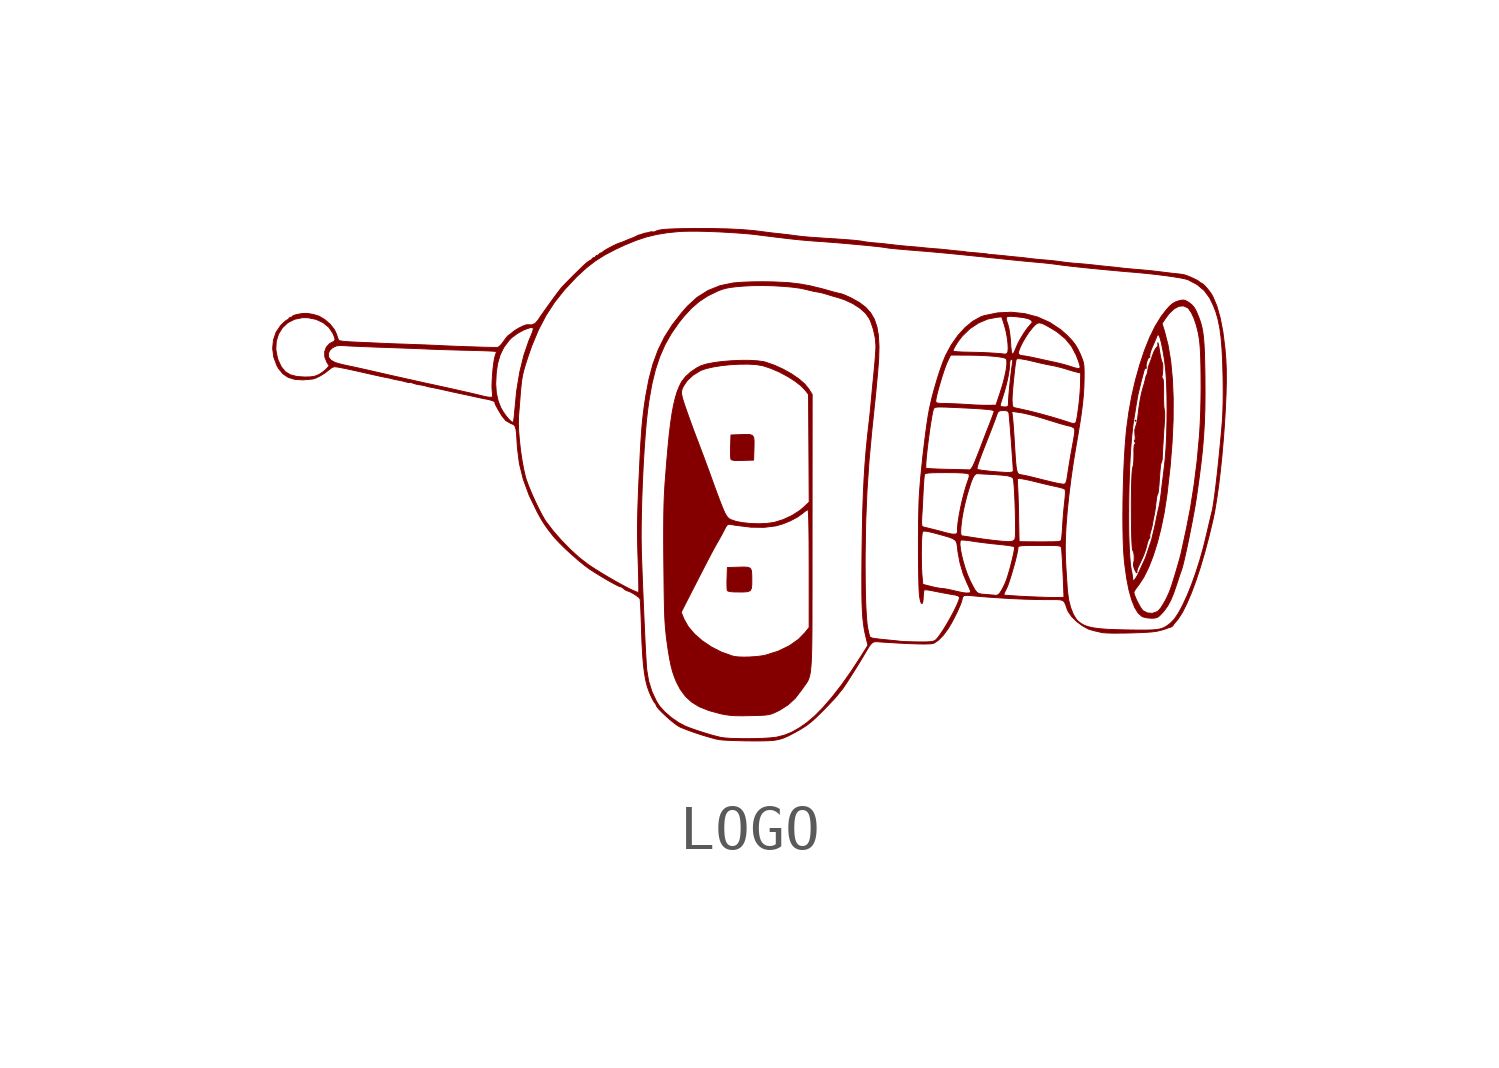
<source format=kicad_sym>
(kicad_symbol_lib
  (version 20220914)
  (generator bitmap2component)
  (symbol "LOGO"
    (pin_names
      (offset 1.016))
    (property "Reference" "#G"
      (at 0 5.836 0)
      (effects (font (size 1.27 1.27)) hide))
    (symbol "LOGO_0_0"
      (polyline (pts (xy 0.412 -6.166) (xy 0.542 -6.157) (xy 0.651 -6.139) (xy 0.751 -6.11) (xy 0.853 -6.067) (xy 0.967 -6.009) (xy 1.105 -5.933) (xy 1.16 -5.901) (xy 1.276 -5.827) (xy 1.385 -5.744) (xy 1.501 -5.64) (xy 1.637 -5.506) (xy 1.675 -5.468) (xy 1.779 -5.36) (xy 1.872 -5.262) (xy 1.944 -5.183) (xy 1.987 -5.132) (xy 2 -5.115) (xy 2.05 -5.052) (xy 2.086 -5.009) (xy 2.111 -4.976) (xy 2.159 -4.904) (xy 2.225 -4.803) (xy 2.301 -4.684) (xy 2.383 -4.554) (xy 2.464 -4.424) (xy 2.538 -4.302) (xy 2.6 -4.197) (xy 2.626 -4.153) (xy 2.688 -4.051) (xy 2.736 -3.987) (xy 2.777 -3.952) (xy 2.821 -3.938) (xy 2.876 -3.938) (xy 3.042 -3.95) (xy 3.344 -3.968) (xy 3.601 -3.981) (xy 3.811 -3.988) (xy 3.972 -3.989) (xy 4.083 -3.985) (xy 4.142 -3.974) (xy 4.156 -3.968) (xy 4.253 -3.901) (xy 4.359 -3.793) (xy 4.463 -3.652) (xy 4.477 -3.63) (xy 4.544 -3.518) (xy 4.612 -3.39) (xy 4.677 -3.259) (xy 4.731 -3.138) (xy 4.769 -3.039) (xy 4.785 -2.974) (xy 4.795 -2.931) (xy 4.836 -2.898) (xy 4.916 -2.895) (xy 4.941 -2.898) (xy 5.232 -2.924) (xy 5.549 -2.947) (xy 5.875 -2.967) (xy 6.196 -2.981) (xy 6.496 -2.989) (xy 6.757 -2.991) (xy 6.803 -2.991) (xy 6.923 -2.991) (xy 7.003 -2.997) (xy 7.055 -3.016) (xy 7.089 -3.053) (xy 7.116 -3.115) (xy 7.147 -3.207) (xy 7.17 -3.259) (xy 7.249 -3.372) (xy 7.361 -3.483) (xy 7.491 -3.58) (xy 7.627 -3.654) (xy 7.755 -3.692) (xy 7.829 -3.707) (xy 7.914 -3.729) (xy 7.941 -3.734) (xy 8.025 -3.74) (xy 8.145 -3.744) (xy 8.291 -3.744) (xy 8.454 -3.743) (xy 8.622 -3.739) (xy 8.786 -3.733) (xy 8.934 -3.726) (xy 9.056 -3.717) (xy 9.142 -3.706) (xy 9.183 -3.698) (xy 9.281 -3.674) (xy 9.357 -3.65) (xy 9.425 -3.624) (xy 9.477 -3.609) (xy 9.495 -3.603) (xy 9.526 -3.575) (xy 9.527 -3.572) (xy 9.553 -3.533) (xy 9.599 -3.479) (xy 9.647 -3.421) (xy 9.741 -3.274) (xy 9.838 -3.08) (xy 9.939 -2.844) (xy 10.041 -2.57) (xy 10.143 -2.262) (xy 10.242 -1.925) (xy 10.338 -1.564) (xy 10.429 -1.181) (xy 10.465 -1.005) (xy 10.509 -0.74) (xy 10.552 -0.439) (xy 10.591 -0.111) (xy 10.627 0.235) (xy 10.658 0.59) (xy 10.685 0.946) (xy 10.705 1.292) (xy 10.72 1.622) (xy 10.727 1.925) (xy 10.726 2.193) (xy 10.716 2.417) (xy 10.695 2.67) (xy 10.649 3.034) (xy 10.588 3.349) (xy 10.513 3.614) (xy 10.423 3.827) (xy 10.377 3.904) (xy 10.315 3.987) (xy 10.25 4.061) (xy 10.192 4.114) (xy 10.152 4.135) (xy 10.143 4.136) (xy 10.122 4.155) (xy 10.114 4.165) (xy 10.069 4.193) (xy 9.998 4.229) (xy 9.915 4.266) (xy 9.836 4.298) (xy 9.775 4.318) (xy 9.767 4.319) (xy 9.706 4.329) (xy 9.626 4.338) (xy 9.618 4.339) (xy 9.518 4.349) (xy 9.424 4.36) (xy 9.402 4.363) (xy 9.24 4.383) (xy 9.113 4.398) (xy 9.005 4.41) (xy 8.9 4.42) (xy 8.781 4.431) (xy 8.632 4.443) (xy 8.566 4.449) (xy 8.448 4.46) (xy 8.35 4.471) (xy 8.307 4.476) (xy 8.194 4.489) (xy 8.082 4.5) (xy 8.028 4.505) (xy 7.923 4.516) (xy 7.84 4.525) (xy 7.758 4.535) (xy 7.6 4.551) (xy 7.435 4.566) (xy 7.29 4.577) (xy 7.257 4.58) (xy 7.14 4.592) (xy 7.035 4.606) (xy 6.968 4.615) (xy 6.85 4.63) (xy 6.72 4.643) (xy 6.555 4.657) (xy 6.477 4.664) (xy 6.363 4.676) (xy 6.274 4.687) (xy 6.243 4.691) (xy 6.136 4.704) (xy 6.028 4.714) (xy 5.995 4.717) (xy 5.878 4.728) (xy 5.773 4.74) (xy 5.73 4.745) (xy 5.616 4.756) (xy 5.504 4.766) (xy 5.443 4.77) (xy 5.381 4.777) (xy 5.357 4.781) (xy 5.354 4.783) (xy 5.327 4.788) (xy 5.264 4.794) (xy 5.159 4.804) (xy 5.008 4.817) (xy 4.934 4.823) (xy 4.871 4.83) (xy 4.846 4.835) (xy 4.846 4.836) (xy 4.815 4.841) (xy 4.752 4.846) (xy 4.694 4.851) (xy 4.592 4.861) (xy 4.484 4.873) (xy 4.401 4.882) (xy 4.28 4.894) (xy 4.181 4.901) (xy 4.144 4.904) (xy 4.026 4.914) (xy 3.913 4.925) (xy 3.843 4.933) (xy 3.718 4.944) (xy 3.598 4.954) (xy 3.518 4.961) (xy 3.388 4.973) (xy 3.276 4.985) (xy 3.22 4.992) (xy 3.121 5.003) (xy 3.047 5.012) (xy 3.002 5.017) (xy 2.909 5.026) (xy 2.806 5.034) (xy 2.734 5.041) (xy 2.641 5.052) (xy 2.578 5.062) (xy 2.531 5.071) (xy 2.438 5.083) (xy 2.31 5.096) (xy 2.141 5.109) (xy 1.927 5.124) (xy 1.665 5.14) (xy 1.643 5.142) (xy 1.394 5.159) (xy 1.195 5.176) (xy 1.047 5.194) (xy 1.002 5.2) (xy 0.867 5.218) (xy 0.717 5.235) (xy 0.577 5.25) (xy 0.537 5.254) (xy 0.439 5.266) (xy 0.362 5.276) (xy 0.342 5.279) (xy 0.096 5.31) (xy -0.176 5.333) (xy -0.483 5.348) (xy -0.829 5.356) (xy -1.222 5.357) (xy -1.277 5.356) (xy -1.505 5.354) (xy -1.687 5.349) (xy -1.829 5.343) (xy -1.937 5.335) (xy -2.017 5.323) (xy -2.076 5.308) (xy -2.12 5.29) (xy -2.15 5.278) (xy -2.184 5.28) (xy -2.201 5.285) (xy -2.248 5.275) (xy -2.277 5.264) (xy -2.315 5.258) (xy -2.349 5.253) (xy -2.409 5.234) (xy -2.41 5.233) (xy -2.462 5.215) (xy -2.484 5.212) (xy -2.503 5.205) (xy -2.551 5.181) (xy -2.603 5.155) (xy -2.645 5.139) (xy -2.655 5.136) (xy -2.707 5.116) (xy -2.779 5.086) (xy -2.806 5.074) (xy -2.875 5.046) (xy -2.916 5.032) (xy -2.928 5.029) (xy -2.984 5.007) (xy -3.062 4.97) (xy -3.146 4.926) (xy -3.224 4.883) (xy -3.28 4.848) (xy -3.303 4.828) (xy -3.307 4.818) (xy -3.343 4.806) (xy -3.361 4.803) (xy -3.383 4.779) (xy -3.388 4.767) (xy -3.423 4.753) (xy -3.442 4.749) (xy -3.464 4.726) (xy -3.468 4.713) (xy -3.504 4.699) (xy -3.522 4.696) (xy -3.544 4.672) (xy -3.545 4.665) (xy -3.571 4.645) (xy -3.579 4.643) (xy -3.622 4.617) (xy -3.68 4.571) (xy -3.705 4.548) (xy -3.772 4.485) (xy -3.858 4.401) (xy -3.953 4.308) (xy -4.047 4.213) (xy -4.131 4.128) (xy -4.196 4.06) (xy -4.232 4.021) (xy -4.237 4.014) (xy -4.295 3.94) (xy -4.371 3.838) (xy -4.458 3.719) (xy -4.546 3.597) (xy -4.628 3.482) (xy -4.695 3.386) (xy -4.738 3.322) (xy -4.756 3.295) (xy -4.822 3.22) (xy -4.898 3.189) (xy -5 3.192) (xy -5.035 3.186) (xy -5.106 3.158) (xy -5.189 3.116) (xy -5.27 3.068) (xy -5.329 3.023) (xy -5.343 3.011) (xy -5.393 2.97) (xy -5.421 2.954) (xy -5.438 2.939) (xy -5.478 2.89) (xy -5.529 2.819) (xy -5.573 2.76) (xy -5.626 2.705) (xy -5.663 2.682) (xy -5.665 2.682) (xy -5.721 2.682) (xy -5.822 2.683) (xy -5.957 2.686) (xy -6.118 2.691) (xy -6.295 2.697) (xy -6.479 2.703) (xy -6.66 2.71) (xy -6.831 2.717) (xy -6.981 2.725) (xy -7.024 2.727) (xy -7.151 2.732) (xy -7.309 2.739) (xy -7.481 2.745) (xy -7.652 2.751) (xy -7.716 2.754) (xy -7.899 2.76) (xy -8.081 2.767) (xy -8.247 2.774) (xy -8.377 2.78) (xy -8.425 2.782) (xy -8.597 2.79) (xy -8.778 2.798) (xy -8.939 2.805) (xy -9.025 2.81) (xy -9.129 2.819) (xy -9.204 2.829) (xy -9.236 2.838) (xy -9.242 2.847) (xy -9.263 2.898) (xy -9.286 2.973) (xy -9.336 3.081) (xy -9.43 3.201) (xy -9.55 3.306) (xy -9.683 3.385) (xy -9.814 3.425) (xy -9.86 3.432) (xy -9.936 3.445) (xy -9.959 3.448) (xy -10.032 3.446) (xy -10.117 3.435) (xy -10.198 3.418) (xy -10.259 3.398) (xy -10.284 3.38) (xy -10.288 3.369) (xy -10.324 3.356) (xy -10.342 3.353) (xy -10.364 3.329) (xy -10.365 3.321) (xy -10.394 3.303) (xy -10.42 3.289) (xy -10.473 3.245) (xy -10.537 3.182) (xy -10.546 3.172) (xy -10.647 3.023) (xy -10.707 2.848) (xy -10.725 2.659) (xy -10.722 2.636) (xy -10.654 2.636) (xy -10.645 2.817) (xy -10.594 2.983) (xy -10.506 3.125) (xy -10.384 3.239) (xy -10.232 3.316) (xy -10.053 3.352) (xy -9.926 3.35) (xy -9.746 3.313) (xy -9.586 3.238) (xy -9.457 3.131) (xy -9.368 2.996) (xy -9.366 2.992) (xy -9.331 2.906) (xy -9.322 2.853) (xy -9.344 2.82) (xy -9.396 2.793) (xy -9.444 2.767) (xy -9.518 2.687) (xy -9.555 2.583) (xy -9.554 2.54) (xy -9.473 2.54) (xy -9.446 2.61) (xy -9.379 2.676) (xy -9.287 2.718) (xy -9.186 2.726) (xy -9.177 2.725) (xy -9.112 2.721) (xy -9.003 2.715) (xy -8.858 2.708) (xy -8.685 2.701) (xy -8.491 2.693) (xy -8.283 2.685) (xy -8.267 2.685) (xy -8.044 2.677) (xy -7.822 2.669) (xy -7.612 2.661) (xy -7.424 2.654) (xy -7.268 2.647) (xy -7.155 2.642) (xy -7.029 2.637) (xy -6.86 2.632) (xy -6.668 2.626) (xy -6.466 2.62) (xy -6.271 2.616) (xy -6.219 2.614) (xy -6.055 2.61) (xy -5.913 2.605) (xy -5.801 2.6) (xy -5.726 2.595) (xy -5.696 2.591) (xy -5.696 2.564) (xy -5.714 2.511) (xy -5.716 2.507) (xy -5.734 2.437) (xy -5.753 2.328) (xy -5.769 2.196) (xy -5.781 2.052) (xy -5.789 1.913) (xy -5.79 1.864) (xy -5.708 1.864) (xy -5.696 2.104) (xy -5.667 2.31) (xy -5.61 2.512) (xy -5.524 2.687) (xy -5.403 2.847) (xy -5.347 2.903) (xy -5.217 2.999) (xy -5.072 3.078) (xy -4.934 3.126) (xy -4.906 3.131) (xy -4.871 3.125) (xy -4.862 3.094) (xy -4.88 3.029) (xy -4.923 2.923) (xy -4.959 2.839) (xy -5.075 2.501) (xy -5.168 2.12) (xy -5.237 1.699) (xy -5.281 1.242) (xy -5.286 1.182) (xy -5.296 1.085) (xy -5.308 1.018) (xy -5.319 0.994) (xy -5.322 0.994) (xy -5.363 1.018) (xy -5.421 1.076) (xy -5.486 1.155) (xy -5.547 1.244) (xy -5.595 1.329) (xy -5.653 1.478) (xy -5.694 1.659) (xy -5.708 1.864) (xy -5.79 1.864) (xy -5.792 1.79) (xy -5.787 1.7) (xy -5.779 1.627) (xy -5.779 1.58) (xy -5.796 1.562) (xy -5.831 1.56) (xy -5.894 1.567) (xy -5.974 1.583) (xy -6.021 1.595) (xy -6.132 1.622) (xy -6.277 1.656) (xy -6.445 1.694) (xy -6.626 1.735) (xy -6.809 1.776) (xy -6.981 1.813) (xy -7.108 1.841) (xy -7.271 1.876) (xy -7.424 1.91) (xy -7.545 1.937) (xy -7.571 1.943) (xy -7.695 1.97) (xy -7.809 1.996) (xy -7.894 2.015) (xy -7.938 2.024) (xy -8.04 2.047) (xy -8.165 2.076) (xy -8.297 2.106) (xy -8.563 2.167) (xy -8.855 2.232) (xy -9.16 2.297) (xy -9.169 2.299) (xy -9.316 2.341) (xy -9.413 2.393) (xy -9.464 2.458) (xy -9.473 2.54) (xy -9.554 2.54) (xy -9.552 2.467) (xy -9.506 2.351) (xy -9.453 2.266) (xy -9.521 2.194) (xy -9.533 2.181) (xy -9.608 2.12) (xy -9.693 2.067) (xy -9.699 2.065) (xy -9.779 2.034) (xy -9.876 2.019) (xy -10.007 2.016) (xy -10.181 2.028) (xy -10.329 2.067) (xy -10.444 2.138) (xy -10.532 2.247) (xy -10.602 2.397) (xy -10.618 2.445) (xy -10.654 2.636) (xy -10.722 2.636) (xy -10.7 2.466) (xy -10.632 2.28) (xy -10.591 2.207) (xy -10.494 2.089) (xy -10.376 2.009) (xy -10.229 1.964) (xy -10.048 1.952) (xy -9.827 1.971) (xy -9.755 1.993) (xy -9.653 2.043) (xy -9.546 2.111) (xy -9.449 2.186) (xy -9.394 2.229) (xy -9.339 2.248) (xy -9.267 2.241) (xy -9.259 2.24) (xy -9.178 2.224) (xy -9.116 2.213) (xy -9.093 2.208) (xy -9.021 2.193) (xy -8.914 2.169) (xy -8.781 2.14) (xy -8.632 2.106) (xy -8.536 2.084) (xy -8.396 2.053) (xy -8.277 2.027) (xy -8.19 2.009) (xy -8.145 2) (xy -8.107 1.994) (xy -8.034 1.975) (xy -7.981 1.962) (xy -7.903 1.947) (xy -7.822 1.931) (xy -7.734 1.908) (xy -7.722 1.905) (xy -7.661 1.891) (xy -7.63 1.893) (xy -7.615 1.895) (xy -7.571 1.879) (xy -7.56 1.874) (xy -7.494 1.855) (xy -7.411 1.84) (xy -7.384 1.836) (xy -7.315 1.824) (xy -7.277 1.813) (xy -7.276 1.812) (xy -7.233 1.799) (xy -7.166 1.786) (xy -7.121 1.778) (xy -7.028 1.759) (xy -6.909 1.733) (xy -6.78 1.704) (xy -6.678 1.681) (xy -6.562 1.656) (xy -6.47 1.636) (xy -6.417 1.625) (xy -6.358 1.613) (xy -6.266 1.593) (xy -6.162 1.57) (xy -6.059 1.547) (xy -5.967 1.528) (xy -5.907 1.518) (xy -5.878 1.512) (xy -5.818 1.496) (xy -5.762 1.476) (xy -5.726 1.46) (xy -5.725 1.452) (xy -5.725 1.452) (xy -5.726 1.429) (xy -5.697 1.365) (xy -5.642 1.266) (xy -5.562 1.134) (xy -5.561 1.133) (xy -5.481 1.036) (xy -5.381 0.979) (xy -5.198 0.979) (xy -5.194 1.128) (xy -5.193 1.147) (xy -5.186 1.233) (xy -5.176 1.355) (xy -5.165 1.499) (xy -5.153 1.651) (xy -5.14 1.796) (xy -5.125 1.93) (xy -5.106 2.046) (xy -5.079 2.161) (xy -5.041 2.292) (xy -4.988 2.457) (xy -4.897 2.718) (xy -4.747 3.077) (xy -4.578 3.4) (xy -4.384 3.699) (xy -4.158 3.983) (xy -3.895 4.263) (xy -3.862 4.295) (xy -3.662 4.478) (xy -3.467 4.628) (xy -3.259 4.76) (xy -3.021 4.885) (xy -2.798 4.989) (xy -2.551 5.09) (xy -2.319 5.167) (xy -2.088 5.223) (xy -1.843 5.263) (xy -1.567 5.29) (xy -1.505 5.293) (xy -1.34 5.297) (xy -1.137 5.296) (xy -0.908 5.29) (xy -0.665 5.28) (xy -0.419 5.266) (xy -0.181 5.25) (xy 0.039 5.231) (xy 0.228 5.209) (xy 0.439 5.182) (xy 0.708 5.149) (xy 0.938 5.122) (xy 1.14 5.101) (xy 1.321 5.085) (xy 1.49 5.072) (xy 1.64 5.062) (xy 1.833 5.047) (xy 2.035 5.031) (xy 2.241 5.013) (xy 2.44 4.995) (xy 2.626 4.978) (xy 2.791 4.961) (xy 2.925 4.946) (xy 3.023 4.934) (xy 3.074 4.926) (xy 3.118 4.918) (xy 3.205 4.908) (xy 3.32 4.897) (xy 3.45 4.886) (xy 3.465 4.884) (xy 3.724 4.863) (xy 3.946 4.845) (xy 4.142 4.828) (xy 4.327 4.811) (xy 4.513 4.794) (xy 4.713 4.774) (xy 4.941 4.751) (xy 5.209 4.723) (xy 5.438 4.7) (xy 5.683 4.674) (xy 5.887 4.653) (xy 6.056 4.636) (xy 6.198 4.622) (xy 6.319 4.611) (xy 6.425 4.601) (xy 6.524 4.592) (xy 6.594 4.586) (xy 6.739 4.571) (xy 6.876 4.554) (xy 6.981 4.54) (xy 6.992 4.538) (xy 7.086 4.526) (xy 7.224 4.51) (xy 7.395 4.491) (xy 7.591 4.47) (xy 7.804 4.449) (xy 8.023 4.428) (xy 8.24 4.408) (xy 8.446 4.389) (xy 8.632 4.374) (xy 8.745 4.364) (xy 8.955 4.344) (xy 9.163 4.321) (xy 9.36 4.296) (xy 9.537 4.271) (xy 9.685 4.247) (xy 9.798 4.224) (xy 9.865 4.205) (xy 10.067 4.098) (xy 10.23 3.963) (xy 10.348 3.803) (xy 10.364 3.773) (xy 10.435 3.626) (xy 10.494 3.474) (xy 10.541 3.308) (xy 10.579 3.124) (xy 10.607 2.913) (xy 10.628 2.669) (xy 10.643 2.385) (xy 10.652 2.054) (xy 10.655 1.899) (xy 10.656 1.644) (xy 10.654 1.422) (xy 10.648 1.22) (xy 10.637 1.023) (xy 10.62 0.819) (xy 10.605 0.654) (xy 10.577 0.363) (xy 10.549 0.084) (xy 10.521 -0.177) (xy 10.493 -0.415) (xy 10.467 -0.624) (xy 10.443 -0.797) (xy 10.422 -0.928) (xy 10.405 -1.012) (xy 10.403 -1.019) (xy 10.38 -1.11) (xy 10.35 -1.236) (xy 10.316 -1.381) (xy 10.281 -1.53) (xy 10.213 -1.81) (xy 10.13 -2.105) (xy 10.039 -2.389) (xy 9.944 -2.655) (xy 9.846 -2.898) (xy 9.748 -3.111) (xy 9.653 -3.288) (xy 9.562 -3.425) (xy 9.477 -3.514) (xy 9.423 -3.557) (xy 9.365 -3.598) (xy 9.305 -3.628) (xy 9.238 -3.65) (xy 9.155 -3.665) (xy 9.048 -3.673) (xy 8.911 -3.676) (xy 8.735 -3.676) (xy 8.513 -3.673) (xy 8.301 -3.668) (xy 8.077 -3.66) (xy 7.895 -3.647) (xy 7.749 -3.628) (xy 7.632 -3.603) (xy 7.538 -3.571) (xy 7.461 -3.529) (xy 7.393 -3.477) (xy 7.356 -3.438) (xy 7.284 -3.322) (xy 7.224 -3.17) (xy 7.179 -2.993) (xy 7.154 -2.802) (xy 7.146 -2.691) (xy 7.131 -2.463) (xy 7.119 -2.276) (xy 7.111 -2.122) (xy 7.106 -1.991) (xy 7.104 -1.875) (xy 7.104 -1.764) (xy 7.106 -1.651) (xy 7.107 -1.619) (xy 7.122 -1.328) (xy 7.148 -0.999) (xy 7.185 -0.644) (xy 7.231 -0.277) (xy 7.284 0.091) (xy 7.343 0.447) (xy 7.385 0.692) (xy 7.431 0.97) (xy 7.467 1.21) (xy 7.493 1.419) (xy 7.511 1.607) (xy 7.522 1.78) (xy 7.527 1.947) (xy 7.528 2.016) (xy 7.528 2.147) (xy 7.525 2.243) (xy 7.517 2.317) (xy 7.501 2.381) (xy 7.475 2.451) (xy 7.439 2.537) (xy 7.438 2.539) (xy 7.383 2.654) (xy 7.324 2.75) (xy 7.249 2.845) (xy 7.143 2.955) (xy 7.001 3.081) (xy 6.755 3.244) (xy 6.483 3.365) (xy 6.192 3.442) (xy 5.89 3.474) (xy 5.583 3.459) (xy 5.277 3.396) (xy 5.198 3.367) (xy 5.024 3.27) (xy 4.852 3.128) (xy 4.689 2.949) (xy 4.541 2.739) (xy 4.471 2.609) (xy 4.579 2.609) (xy 4.596 2.654) (xy 4.636 2.726) (xy 4.692 2.815) (xy 4.785 2.936) (xy 4.955 3.101) (xy 5.15 3.231) (xy 5.358 3.32) (xy 5.57 3.361) (xy 5.675 3.37) (xy 5.681 3.351) (xy 5.775 3.351) (xy 5.802 3.377) (xy 5.868 3.382) (xy 5.981 3.375) (xy 5.997 3.373) (xy 6.165 3.353) (xy 6.282 3.325) (xy 6.347 3.288) (xy 6.36 3.244) (xy 6.32 3.193) (xy 6.307 3.18) (xy 6.249 3.111) (xy 6.18 3.014) (xy 6.111 2.902) (xy 6.05 2.793) (xy 6.008 2.7) (xy 5.997 2.672) (xy 5.959 2.582) (xy 5.939 2.549) (xy 6.048 2.549) (xy 6.06 2.609) (xy 6.095 2.697) (xy 6.148 2.803) (xy 6.213 2.915) (xy 6.284 3.021) (xy 6.355 3.112) (xy 6.359 3.117) (xy 6.42 3.183) (xy 6.471 3.223) (xy 6.522 3.235) (xy 6.586 3.221) (xy 6.673 3.179) (xy 6.794 3.11) (xy 6.923 3.029) (xy 7.106 2.878) (xy 7.246 2.707) (xy 7.351 2.507) (xy 7.364 2.474) (xy 7.402 2.374) (xy 7.428 2.294) (xy 7.438 2.249) (xy 7.436 2.23) (xy 7.422 2.21) (xy 7.386 2.208) (xy 7.318 2.223) (xy 7.209 2.258) (xy 7.12 2.285) (xy 6.987 2.321) (xy 6.86 2.35) (xy 6.84 2.354) (xy 6.714 2.381) (xy 6.569 2.413) (xy 6.432 2.443) (xy 6.383 2.454) (xy 6.273 2.476) (xy 6.183 2.491) (xy 6.129 2.497) (xy 6.087 2.506) (xy 6.05 2.539) (xy 6.048 2.549) (xy 5.939 2.549) (xy 5.93 2.535) (xy 5.909 2.536) (xy 5.893 2.584) (xy 5.881 2.682) (xy 5.871 2.833) (xy 5.868 2.869) (xy 5.855 2.995) (xy 5.836 3.11) (xy 5.815 3.192) (xy 5.809 3.207) (xy 5.78 3.297) (xy 5.775 3.351) (xy 5.681 3.351) (xy 5.735 3.182) (xy 5.739 3.168) (xy 5.773 3.04) (xy 5.798 2.906) (xy 5.814 2.778) (xy 5.82 2.668) (xy 5.814 2.588) (xy 5.796 2.548) (xy 5.777 2.538) (xy 5.746 2.529) (xy 5.733 2.532) (xy 5.663 2.541) (xy 5.554 2.55) (xy 5.419 2.558) (xy 5.267 2.566) (xy 5.111 2.571) (xy 4.962 2.574) (xy 4.923 2.575) (xy 4.792 2.578) (xy 4.685 2.584) (xy 4.611 2.592) (xy 4.58 2.601) (xy 4.579 2.609) (xy 4.471 2.609) (xy 4.415 2.505) (xy 4.406 2.485) (xy 4.347 2.339) (xy 4.282 2.155) (xy 4.216 1.947) (xy 4.153 1.73) (xy 4.096 1.514) (xy 4.087 1.472) (xy 4.189 1.472) (xy 4.196 1.525) (xy 4.217 1.621) (xy 4.249 1.744) (xy 4.289 1.883) (xy 4.332 2.025) (xy 4.375 2.158) (xy 4.415 2.271) (xy 4.448 2.351) (xy 4.524 2.51) (xy 4.873 2.509) (xy 4.94 2.509) (xy 5.153 2.504) (xy 5.345 2.495) (xy 5.511 2.482) (xy 5.642 2.466) (xy 5.732 2.447) (xy 5.776 2.426) (xy 5.789 2.386) (xy 5.79 2.298) (xy 5.774 2.175) (xy 5.743 2.026) (xy 5.7 1.859) (xy 5.645 1.681) (xy 5.545 1.383) (xy 5.37 1.38) (xy 5.332 1.38) (xy 5.209 1.382) (xy 5.066 1.388) (xy 4.927 1.397) (xy 4.884 1.4) (xy 4.726 1.409) (xy 4.563 1.416) (xy 4.423 1.42) (xy 4.359 1.421) (xy 4.269 1.425) (xy 4.218 1.433) (xy 4.194 1.448) (xy 4.189 1.472) (xy 4.087 1.472) (xy 4.064 1.371) (xy 5.638 1.371) (xy 5.639 1.377) (xy 5.651 1.425) (xy 5.676 1.506) (xy 5.708 1.606) (xy 5.731 1.679) (xy 5.78 1.855) (xy 5.818 2.029) (xy 5.844 2.187) (xy 5.853 2.312) (xy 5.854 2.341) (xy 5.866 2.399) (xy 5.894 2.417) (xy 5.92 2.405) (xy 5.921 2.356) (xy 5.911 2.298) (xy 5.897 2.195) (xy 5.881 2.065) (xy 5.865 1.92) (xy 5.85 1.774) (xy 5.838 1.64) (xy 5.83 1.531) (xy 5.828 1.5) (xy 5.907 1.5) (xy 5.908 1.552) (xy 5.914 1.654) (xy 5.924 1.78) (xy 5.937 1.919) (xy 5.952 2.06) (xy 5.966 2.191) (xy 5.98 2.302) (xy 5.993 2.381) (xy 6.002 2.418) (xy 6.003 2.419) (xy 6.039 2.43) (xy 6.122 2.423) (xy 6.252 2.399) (xy 6.431 2.357) (xy 6.439 2.355) (xy 6.566 2.325) (xy 6.692 2.298) (xy 6.793 2.279) (xy 6.859 2.266) (xy 6.984 2.236) (xy 7.102 2.203) (xy 7.176 2.18) (xy 7.279 2.149) (xy 7.357 2.128) (xy 7.451 2.105) (xy 7.446 1.847) (xy 7.444 1.788) (xy 7.436 1.663) (xy 7.424 1.522) (xy 7.408 1.378) (xy 7.39 1.241) (xy 7.373 1.123) (xy 7.356 1.036) (xy 7.341 0.99) (xy 7.304 0.97) (xy 7.236 0.98) (xy 7.206 0.991) (xy 7.008 1.055) (xy 6.783 1.122) (xy 6.549 1.187) (xy 6.327 1.244) (xy 6.135 1.288) (xy 6.061 1.304) (xy 5.984 1.321) (xy 5.941 1.331) (xy 5.93 1.339) (xy 5.913 1.395) (xy 5.907 1.5) (xy 5.828 1.5) (xy 5.826 1.461) (xy 5.826 1.411) (xy 5.818 1.363) (xy 5.791 1.345) (xy 5.732 1.343) (xy 5.72 1.343) (xy 5.662 1.352) (xy 5.638 1.371) (xy 4.064 1.371) (xy 4.051 1.316) (xy 4.046 1.29) (xy 4.019 1.14) (xy 3.99 0.95) (xy 3.96 0.728) (xy 3.93 0.486) (xy 3.9 0.233) (xy 3.88 0.037) (xy 3.966 0.037) (xy 3.972 0.134) (xy 3.984 0.262) (xy 4 0.411) (xy 4.02 0.573) (xy 4.042 0.738) (xy 4.064 0.897) (xy 4.087 1.042) (xy 4.108 1.163) (xy 4.126 1.252) (xy 4.141 1.3) (xy 4.144 1.305) (xy 4.159 1.323) (xy 4.184 1.335) (xy 4.229 1.341) (xy 4.302 1.342) (xy 4.411 1.34) (xy 4.565 1.333) (xy 4.639 1.33) (xy 4.891 1.318) (xy 5.094 1.307) (xy 5.251 1.296) (xy 5.368 1.286) (xy 5.446 1.275) (xy 5.49 1.263) (xy 5.504 1.251) (xy 5.501 1.236) (xy 5.482 1.176) (xy 5.45 1.087) (xy 5.409 0.98) (xy 5.384 0.917) (xy 5.325 0.767) (xy 5.263 0.605) (xy 5.207 0.457) (xy 5.173 0.368) (xy 5.122 0.239) (xy 5.077 0.126) (xy 5.043 0.047) (xy 5.019 -0.001) (xy 4.992 -0.04) (xy 5.119 -0.04) (xy 5.125 -0.002) (xy 5.144 0.061) (xy 5.176 0.153) (xy 5.223 0.28) (xy 5.288 0.447) (xy 5.371 0.658) (xy 5.38 0.681) (xy 5.435 0.821) (xy 5.485 0.952) (xy 5.526 1.061) (xy 5.552 1.134) (xy 5.575 1.199) (xy 5.602 1.243) (xy 5.641 1.259) (xy 5.71 1.262) (xy 5.784 1.258) (xy 5.816 1.243) (xy 5.9 1.243) (xy 6.033 1.225) (xy 6.039 1.224) (xy 6.147 1.207) (xy 6.271 1.179) (xy 6.419 1.141) (xy 6.599 1.088) (xy 6.822 1.019) (xy 6.844 1.012) (xy 6.971 0.973) (xy 7.08 0.942) (xy 7.16 0.921) (xy 7.199 0.913) (xy 7.23 0.907) (xy 7.287 0.878) (xy 7.295 0.872) (xy 7.31 0.854) (xy 7.317 0.826) (xy 7.316 0.779) (xy 7.307 0.705) (xy 7.289 0.596) (xy 7.261 0.442) (xy 7.254 0.402) (xy 7.224 0.237) (xy 7.197 0.075) (xy 7.174 -0.068) (xy 7.158 -0.174) (xy 7.155 -0.193) (xy 7.139 -0.295) (xy 7.122 -0.355) (xy 7.102 -0.384) (xy 7.075 -0.393) (xy 7.048 -0.393) (xy 6.995 -0.386) (xy 6.915 -0.371) (xy 6.804 -0.346) (xy 6.653 -0.309) (xy 6.457 -0.26) (xy 6.382 -0.241) (xy 6.265 -0.213) (xy 6.169 -0.193) (xy 6.11 -0.183) (xy 6.102 -0.182) (xy 6.07 -0.175) (xy 6.045 -0.158) (xy 6.025 -0.125) (xy 6.01 -0.07) (xy 5.997 0.013) (xy 5.986 0.131) (xy 5.975 0.29) (xy 5.962 0.497) (xy 5.953 0.655) (xy 5.942 0.815) (xy 5.932 0.953) (xy 5.923 1.06) (xy 5.916 1.125) (xy 5.9 1.243) (xy 5.816 1.243) (xy 5.822 1.24) (xy 5.838 1.202) (xy 5.838 1.198) (xy 5.843 1.15) (xy 5.851 1.059) (xy 5.862 0.935) (xy 5.873 0.788) (xy 5.886 0.626) (xy 5.898 0.461) (xy 5.909 0.3) (xy 5.92 0.154) (xy 5.928 0.033) (xy 5.933 -0.056) (xy 5.934 -0.101) (xy 5.933 -0.108) (xy 5.895 -0.127) (xy 5.806 -0.131) (xy 5.725 -0.127) (xy 5.597 -0.119) (xy 5.465 -0.108) (xy 5.34 -0.095) (xy 5.233 -0.082) (xy 5.157 -0.07) (xy 5.124 -0.06) (xy 5.123 -0.059) (xy 5.119 -0.04) (xy 4.992 -0.04) (xy 4.982 -0.056) (xy 4.956 -0.074) (xy 4.93 -0.072) (xy 4.858 -0.07) (xy 4.749 -0.067) (xy 4.612 -0.063) (xy 4.458 -0.06) (xy 4.328 -0.057) (xy 4.19 -0.052) (xy 4.078 -0.046) (xy 4.001 -0.04) (xy 3.97 -0.033) (xy 3.966 -0.021) (xy 3.966 0.037) (xy 3.88 0.037) (xy 3.874 -0.019) (xy 3.85 -0.261) (xy 3.832 -0.481) (xy 3.819 -0.671) (xy 3.815 -0.751) (xy 3.81 -0.917) (xy 3.806 -1.115) (xy 3.804 -1.227) (xy 3.872 -1.227) (xy 3.877 -1.108) (xy 3.883 -1.018) (xy 3.892 -0.866) (xy 3.9 -0.7) (xy 3.908 -0.543) (xy 3.908 -0.54) (xy 3.915 -0.41) (xy 3.923 -0.297) (xy 3.931 -0.214) (xy 3.938 -0.173) (xy 3.948 -0.161) (xy 3.979 -0.15) (xy 4.035 -0.142) (xy 4.124 -0.137) (xy 4.252 -0.135) (xy 4.428 -0.134) (xy 4.454 -0.134) (xy 4.653 -0.136) (xy 4.799 -0.142) (xy 4.892 -0.152) (xy 4.933 -0.165) (xy 4.945 -0.186) (xy 4.941 -0.238) (xy 4.912 -0.325) (xy 4.879 -0.418) (xy 4.835 -0.568) (xy 4.791 -0.737) (xy 4.751 -0.914) (xy 4.718 -1.087) (xy 4.693 -1.244) (xy 4.68 -1.374) (xy 4.679 -1.414) (xy 4.752 -1.414) (xy 4.763 -1.294) (xy 4.782 -1.152) (xy 4.81 -0.995) (xy 4.846 -0.832) (xy 4.887 -0.671) (xy 4.892 -0.652) (xy 4.945 -0.473) (xy 4.989 -0.34) (xy 5.027 -0.247) (xy 5.062 -0.19) (xy 5.097 -0.162) (xy 5.134 -0.158) (xy 5.152 -0.159) (xy 5.216 -0.163) (xy 5.312 -0.168) (xy 5.429 -0.174) (xy 5.548 -0.181) (xy 5.694 -0.192) (xy 5.798 -0.204) (xy 5.867 -0.221) (xy 5.91 -0.241) (xy 5.934 -0.268) (xy 5.934 -0.269) (xy 6.024 -0.269) (xy 6.093 -0.269) (xy 6.122 -0.272) (xy 6.202 -0.286) (xy 6.31 -0.309) (xy 6.431 -0.338) (xy 6.489 -0.353) (xy 6.634 -0.388) (xy 6.774 -0.421) (xy 6.885 -0.445) (xy 6.889 -0.446) (xy 6.985 -0.468) (xy 7.059 -0.49) (xy 7.097 -0.508) (xy 7.1 -0.513) (xy 7.107 -0.566) (xy 7.103 -0.663) (xy 7.09 -0.797) (xy 7.086 -0.831) (xy 7.069 -0.992) (xy 7.055 -1.165) (xy 7.045 -1.316) (xy 7.042 -1.374) (xy 7.034 -1.488) (xy 7.026 -1.578) (xy 7.019 -1.631) (xy 7.018 -1.635) (xy 7.012 -1.656) (xy 6.997 -1.671) (xy 6.967 -1.681) (xy 6.913 -1.687) (xy 6.829 -1.69) (xy 6.706 -1.691) (xy 6.537 -1.692) (xy 6.406 -1.691) (xy 6.271 -1.69) (xy 6.163 -1.689) (xy 6.092 -1.687) (xy 6.066 -1.685) (xy 6.065 -1.664) (xy 6.063 -1.598) (xy 6.061 -1.494) (xy 6.059 -1.361) (xy 6.056 -1.208) (xy 6.055 -1.107) (xy 6.051 -0.93) (xy 6.046 -0.759) (xy 6.041 -0.612) (xy 6.036 -0.503) (xy 6.024 -0.269) (xy 5.934 -0.269) (xy 5.939 -0.288) (xy 5.947 -0.359) (xy 5.956 -0.469) (xy 5.964 -0.612) (xy 5.972 -0.779) (xy 5.978 -0.963) (xy 5.98 -1.04) (xy 5.984 -1.238) (xy 5.986 -1.389) (xy 5.985 -1.5) (xy 5.98 -1.577) (xy 5.973 -1.625) (xy 5.962 -1.65) (xy 5.913 -1.678) (xy 5.83 -1.688) (xy 5.674 -1.677) (xy 5.481 -1.657) (xy 5.272 -1.631) (xy 5.064 -1.6) (xy 4.988 -1.588) (xy 4.885 -1.572) (xy 4.809 -1.561) (xy 4.775 -1.557) (xy 4.764 -1.55) (xy 4.752 -1.502) (xy 4.752 -1.414) (xy 4.679 -1.414) (xy 4.679 -1.463) (xy 4.676 -1.492) (xy 4.634 -1.519) (xy 4.548 -1.516) (xy 4.417 -1.486) (xy 4.346 -1.466) (xy 4.225 -1.434) (xy 4.108 -1.405) (xy 4.019 -1.383) (xy 3.941 -1.364) (xy 3.898 -1.353) (xy 3.884 -1.341) (xy 3.874 -1.302) (xy 3.872 -1.227) (xy 3.804 -1.227) (xy 3.803 -1.334) (xy 3.801 -1.568) (xy 3.801 -1.807) (xy 3.801 -1.976) (xy 3.866 -1.976) (xy 3.868 -1.825) (xy 3.871 -1.688) (xy 3.877 -1.575) (xy 3.885 -1.495) (xy 3.895 -1.459) (xy 3.929 -1.448) (xy 4.001 -1.455) (xy 4.117 -1.482) (xy 4.225 -1.511) (xy 4.378 -1.553) (xy 4.491 -1.586) (xy 4.569 -1.616) (xy 4.62 -1.648) (xy 4.651 -1.685) (xy 4.668 -1.733) (xy 4.671 -1.76) (xy 4.735 -1.76) (xy 4.737 -1.686) (xy 4.756 -1.652) (xy 4.769 -1.65) (xy 4.83 -1.652) (xy 4.923 -1.662) (xy 5.034 -1.679) (xy 5.13 -1.693) (xy 5.285 -1.713) (xy 5.453 -1.733) (xy 5.612 -1.749) (xy 5.624 -1.75) (xy 5.751 -1.764) (xy 5.858 -1.778) (xy 5.932 -1.792) (xy 5.963 -1.804) (xy 5.965 -1.808) (xy 5.961 -1.853) (xy 5.946 -1.937) (xy 5.922 -2.046) (xy 5.891 -2.172) (xy 5.857 -2.302) (xy 5.821 -2.425) (xy 5.787 -2.531) (xy 5.782 -2.547) (xy 5.739 -2.652) (xy 5.688 -2.753) (xy 5.639 -2.834) (xy 5.599 -2.879) (xy 5.59 -2.885) (xy 5.589 -2.885) (xy 5.722 -2.885) (xy 5.724 -2.868) (xy 5.745 -2.815) (xy 5.782 -2.741) (xy 5.788 -2.729) (xy 5.819 -2.653) (xy 5.857 -2.541) (xy 5.899 -2.406) (xy 5.941 -2.26) (xy 5.98 -2.117) (xy 6.012 -1.987) (xy 6.033 -1.884) (xy 6.041 -1.819) (xy 6.043 -1.807) (xy 6.055 -1.793) (xy 6.085 -1.784) (xy 6.139 -1.778) (xy 6.226 -1.774) (xy 6.352 -1.772) (xy 6.524 -1.772) (xy 6.579 -1.772) (xy 6.736 -1.772) (xy 6.85 -1.774) (xy 6.927 -1.778) (xy 6.975 -1.785) (xy 7.001 -1.795) (xy 7.013 -1.811) (xy 7.019 -1.833) (xy 7.024 -1.874) (xy 7.03 -1.964) (xy 7.038 -2.093) (xy 7.046 -2.253) (xy 7.055 -2.437) (xy 7.064 -2.638) (xy 7.072 -2.846) (xy 7.075 -2.94) (xy 6.887 -2.943) (xy 6.885 -2.943) (xy 6.795 -2.943) (xy 6.675 -2.94) (xy 6.533 -2.935) (xy 6.378 -2.929) (xy 6.221 -2.922) (xy 6.071 -2.914) (xy 5.936 -2.905) (xy 5.827 -2.898) (xy 5.752 -2.891) (xy 5.722 -2.885) (xy 5.589 -2.885) (xy 5.545 -2.895) (xy 5.543 -2.895) (xy 5.5 -2.89) (xy 5.421 -2.884) (xy 5.322 -2.875) (xy 5.296 -2.873) (xy 5.215 -2.866) (xy 5.158 -2.853) (xy 5.115 -2.825) (xy 5.075 -2.776) (xy 5.03 -2.696) (xy 4.969 -2.578) (xy 4.955 -2.548) (xy 4.901 -2.422) (xy 4.852 -2.283) (xy 4.808 -2.137) (xy 4.773 -1.995) (xy 4.748 -1.867) (xy 4.735 -1.76) (xy 4.671 -1.76) (xy 4.677 -1.796) (xy 4.686 -1.879) (xy 4.688 -1.902) (xy 4.735 -2.159) (xy 4.808 -2.41) (xy 4.9 -2.631) (xy 4.909 -2.648) (xy 4.948 -2.735) (xy 4.972 -2.799) (xy 4.975 -2.829) (xy 4.947 -2.84) (xy 4.889 -2.843) (xy 4.885 -2.843) (xy 4.846 -2.84) (xy 4.798 -2.833) (xy 4.729 -2.819) (xy 4.631 -2.797) (xy 4.49 -2.765) (xy 4.465 -2.76) (xy 4.38 -2.745) (xy 4.316 -2.739) (xy 4.265 -2.733) (xy 4.178 -2.717) (xy 4.078 -2.693) (xy 3.9 -2.648) (xy 3.883 -2.472) (xy 3.878 -2.409) (xy 3.872 -2.278) (xy 3.868 -2.13) (xy 3.866 -1.976) (xy 3.801 -1.976) (xy 3.801 -2.043) (xy 3.804 -2.267) (xy 3.807 -2.472) (xy 3.811 -2.648) (xy 3.816 -2.787) (xy 3.823 -2.881) (xy 3.829 -2.934) (xy 3.848 -3.027) (xy 3.868 -3.076) (xy 3.887 -3.077) (xy 3.902 -3.029) (xy 3.909 -2.93) (xy 3.912 -2.879) (xy 3.919 -2.809) (xy 3.929 -2.774) (xy 3.947 -2.77) (xy 4.006 -2.773) (xy 4.088 -2.786) (xy 4.154 -2.8) (xy 4.327 -2.834) (xy 4.491 -2.864) (xy 4.625 -2.887) (xy 4.631 -2.888) (xy 4.7 -2.909) (xy 4.726 -2.941) (xy 4.725 -2.95) (xy 4.705 -3.021) (xy 4.662 -3.123) (xy 4.601 -3.248) (xy 4.528 -3.385) (xy 4.449 -3.525) (xy 4.369 -3.657) (xy 4.293 -3.771) (xy 4.228 -3.858) (xy 4.18 -3.907) (xy 4.178 -3.908) (xy 4.135 -3.926) (xy 4.066 -3.938) (xy 3.962 -3.943) (xy 3.813 -3.943) (xy 3.704 -3.941) (xy 3.581 -3.938) (xy 3.482 -3.934) (xy 3.423 -3.93) (xy 3.374 -3.925) (xy 3.28 -3.915) (xy 3.16 -3.903) (xy 3.027 -3.89) (xy 2.916 -3.878) (xy 2.818 -3.866) (xy 2.756 -3.854) (xy 2.721 -3.839) (xy 2.704 -3.818) (xy 2.695 -3.788) (xy 2.683 -3.735) (xy 2.67 -3.678) (xy 2.665 -3.659) (xy 2.646 -3.537) (xy 2.631 -3.363) (xy 2.618 -3.138) (xy 2.609 -2.864) (xy 2.604 -2.543) (xy 2.602 -2.175) (xy 2.603 -1.957) (xy 2.615 -1.235) (xy 2.644 -0.542) (xy 2.69 0.137) (xy 2.753 0.819) (xy 2.772 0.995) (xy 2.794 1.21) (xy 2.812 1.386) (xy 2.828 1.534) (xy 2.841 1.663) (xy 2.852 1.783) (xy 2.863 1.902) (xy 2.875 2.029) (xy 2.888 2.175) (xy 2.907 2.426) (xy 2.914 2.706) (xy 2.901 2.945) (xy 2.867 3.147) (xy 2.808 3.318) (xy 2.724 3.462) (xy 2.612 3.585) (xy 2.47 3.693) (xy 2.297 3.789) (xy 2.256 3.809) (xy 2.16 3.852) (xy 2.086 3.882) (xy 2.046 3.893) (xy 2.037 3.894) (xy 1.982 3.906) (xy 1.894 3.928) (xy 1.79 3.958) (xy 1.629 4.003) (xy 1.372 4.066) (xy 1.135 4.109) (xy 0.899 4.137) (xy 0.792 4.144) (xy 0.561 4.155) (xy 0.315 4.159) (xy 0.07 4.157) (xy -0.155 4.149) (xy -0.345 4.134) (xy -0.366 4.132) (xy -0.658 4.072) (xy -0.93 3.963) (xy -1.178 3.807) (xy -1.397 3.606) (xy -1.525 3.46) (xy -1.736 3.189) (xy -1.911 2.914) (xy -2.053 2.626) (xy -2.168 2.314) (xy -2.26 1.97) (xy -2.333 1.584) (xy -2.349 1.481) (xy -2.37 1.336) (xy -2.388 1.194) (xy -2.404 1.048) (xy -2.419 0.891) (xy -2.432 0.716) (xy -2.445 0.515) (xy -2.458 0.282) (xy -2.471 0.01) (xy -2.486 -0.309) (xy -2.49 -0.398) (xy -2.502 -0.698) (xy -2.511 -0.96) (xy -2.516 -1.193) (xy -2.518 -1.409) (xy -2.517 -1.608) (xy -2.436 -1.608) (xy -2.435 -1.316) (xy -2.429 -0.993) (xy -2.419 -0.649) (xy -2.405 -0.296) (xy -2.388 0.057) (xy -2.367 0.398) (xy -2.344 0.718) (xy -2.32 1.005) (xy -2.293 1.248) (xy -2.261 1.486) (xy -2.196 1.854) (xy -2.116 2.181) (xy -2.018 2.475) (xy -1.9 2.744) (xy -1.758 2.995) (xy -1.591 3.235) (xy -1.483 3.371) (xy -1.308 3.562) (xy -1.131 3.715) (xy -0.94 3.84) (xy -0.725 3.945) (xy -0.696 3.958) (xy -0.609 3.99) (xy -0.523 4.014) (xy -0.426 4.032) (xy -0.304 4.047) (xy -0.141 4.061) (xy -0.128 4.062) (xy 0.078 4.072) (xy 0.301 4.074) (xy 0.531 4.069) (xy 0.756 4.056) (xy 0.963 4.038) (xy 1.14 4.014) (xy 1.275 3.985) (xy 1.35 3.966) (xy 1.447 3.943) (xy 1.517 3.931) (xy 1.549 3.926) (xy 1.637 3.907) (xy 1.732 3.88) (xy 1.774 3.867) (xy 1.894 3.83) (xy 2.008 3.798) (xy 2.138 3.755) (xy 2.321 3.671) (xy 2.482 3.568) (xy 2.611 3.453) (xy 2.696 3.333) (xy 2.726 3.269) (xy 2.788 3.087) (xy 2.83 2.894) (xy 2.845 2.716) (xy 2.845 2.695) (xy 2.84 2.599) (xy 2.831 2.468) (xy 2.819 2.317) (xy 2.804 2.161) (xy 2.802 2.138) (xy 2.785 1.963) (xy 2.767 1.781) (xy 2.752 1.612) (xy 2.739 1.477) (xy 2.729 1.363) (xy 2.712 1.192) (xy 2.692 1.012) (xy 2.673 0.846) (xy 2.654 0.676) (xy 2.624 0.374) (xy 2.599 0.062) (xy 2.578 -0.266) (xy 2.561 -0.619) (xy 2.548 -1.002) (xy 2.539 -1.424) (xy 2.532 -1.893) (xy 2.53 -2.097) (xy 2.528 -2.407) (xy 2.528 -2.672) (xy 2.529 -2.898) (xy 2.533 -3.09) (xy 2.54 -3.252) (xy 2.549 -3.392) (xy 2.562 -3.514) (xy 2.577 -3.624) (xy 2.596 -3.728) (xy 2.619 -3.829) (xy 2.665 -4.018) (xy 2.523 -4.244) (xy 2.51 -4.265) (xy 2.292 -4.599) (xy 2.076 -4.905) (xy 1.863 -5.178) (xy 1.659 -5.415) (xy 1.467 -5.61) (xy 1.29 -5.76) (xy 1.12 -5.878) (xy 0.95 -5.974) (xy 0.785 -6.04) (xy 0.611 -6.085) (xy 0.566 -6.091) (xy 0.443 -6.103) (xy 0.288 -6.112) (xy 0.112 -6.117) (xy -0.073 -6.119) (xy -0.253 -6.117) (xy -0.416 -6.112) (xy -0.551 -6.103) (xy -0.644 -6.09) (xy -0.732 -6.069) (xy -0.875 -6.03) (xy -1.036 -5.981) (xy -1.196 -5.929) (xy -1.34 -5.878) (xy -1.449 -5.835) (xy -1.59 -5.761) (xy -1.755 -5.647) (xy -1.905 -5.518) (xy -2.022 -5.387) (xy -2.092 -5.279) (xy -2.194 -5.062) (xy -2.269 -4.819) (xy -2.311 -4.566) (xy -2.315 -4.516) (xy -2.323 -4.392) (xy -2.333 -4.225) (xy -2.344 -4.021) (xy -2.355 -3.787) (xy -2.367 -3.53) (xy -2.379 -3.256) (xy -2.391 -2.972) (xy -2.403 -2.684) (xy -2.414 -2.399) (xy -2.424 -2.124) (xy -2.432 -1.865) (xy -2.432 -1.859) (xy -2.436 -1.608) (xy -2.517 -1.608) (xy -2.517 -1.619) (xy -2.513 -1.835) (xy -2.506 -2.067) (xy -2.505 -2.083) (xy -2.499 -2.276) (xy -2.494 -2.45) (xy -2.491 -2.6) (xy -2.489 -2.717) (xy -2.489 -2.795) (xy -2.49 -2.826) (xy -2.494 -2.829) (xy -2.534 -2.821) (xy -2.61 -2.789) (xy -2.717 -2.738) (xy -2.846 -2.67) (xy -2.993 -2.59) (xy -3.148 -2.5) (xy -3.307 -2.406) (xy -3.462 -2.31) (xy -3.606 -2.216) (xy -3.643 -2.19) (xy -3.831 -2.044) (xy -4.029 -1.864) (xy -4.227 -1.662) (xy -4.412 -1.451) (xy -4.573 -1.241) (xy -4.6 -1.201) (xy -4.668 -1.083) (xy -4.745 -0.934) (xy -4.825 -0.767) (xy -4.902 -0.596) (xy -4.969 -0.432) (xy -5.021 -0.29) (xy -5.04 -0.226) (xy -5.079 -0.058) (xy -5.116 0.142) (xy -5.148 0.359) (xy -5.173 0.581) (xy -5.191 0.792) (xy -5.198 0.979) (xy -5.381 0.979) (xy -5.377 0.976) (xy -5.373 0.975) (xy -5.326 0.955) (xy -5.292 0.933) (xy -5.269 0.9) (xy -5.253 0.846) (xy -5.241 0.765) (xy -5.233 0.647) (xy -5.223 0.483) (xy -5.22 0.429) (xy -5.175 0.07) (xy -5.087 -0.284) (xy -4.955 -0.644) (xy -4.775 -1.016) (xy -4.754 -1.056) (xy -4.677 -1.193) (xy -4.604 -1.308) (xy -4.522 -1.423) (xy -4.417 -1.557) (xy -4.395 -1.584) (xy -4.286 -1.702) (xy -4.149 -1.838) (xy -3.996 -1.979) (xy -3.841 -2.114) (xy -3.695 -2.232) (xy -3.572 -2.321) (xy -3.476 -2.382) (xy -3.345 -2.463) (xy -3.217 -2.539) (xy -3.099 -2.606) (xy -3 -2.659) (xy -2.93 -2.693) (xy -2.896 -2.703) (xy -2.873 -2.711) (xy -2.829 -2.744) (xy -2.792 -2.773) (xy -2.759 -2.79) (xy -2.754 -2.791) (xy -2.699 -2.81) (xy -2.625 -2.848) (xy -2.549 -2.895) (xy -2.489 -2.94) (xy -2.461 -2.973) (xy -2.458 -2.988) (xy -2.453 -3.052) (xy -2.447 -3.158) (xy -2.441 -3.296) (xy -2.435 -3.459) (xy -2.429 -3.638) (xy -2.429 -3.648) (xy -2.418 -3.962) (xy -2.403 -4.229) (xy -2.385 -4.454) (xy -2.362 -4.644) (xy -2.333 -4.805) (xy -2.299 -4.942) (xy -2.257 -5.062) (xy -2.247 -5.087) (xy -2.203 -5.185) (xy -2.163 -5.263) (xy -2.135 -5.307) (xy -2.111 -5.335) (xy -2.094 -5.373) (xy -2.085 -5.395) (xy -2.042 -5.449) (xy -1.972 -5.522) (xy -1.886 -5.604) (xy -1.792 -5.688) (xy -1.7 -5.763) (xy -1.619 -5.823) (xy -1.559 -5.858) (xy -1.531 -5.87) (xy -1.385 -5.927) (xy -1.222 -5.986) (xy -1.055 -6.04) (xy -0.896 -6.088) (xy -0.761 -6.124) (xy -0.662 -6.143) (xy -0.662 -6.143) (xy -0.582 -6.15) (xy -0.461 -6.157) (xy -0.309 -6.162) (xy -0.138 -6.167) (xy 0.039 -6.169) (xy 0.047 -6.169) (xy 0.251 -6.169) (xy 0.412 -6.166)) (stroke (width 0.01) (type default)) (fill (type outline)))
      (polyline (pts (xy 0.013 -5.601) (xy 0.127 -5.598) (xy 0.26 -5.594) (xy 0.357 -5.588) (xy 0.431 -5.578) (xy 0.491 -5.562) (xy 0.55 -5.54) (xy 0.618 -5.508) (xy 0.679 -5.478) (xy 0.869 -5.357) (xy 1.029 -5.21) (xy 1.174 -5.021) (xy 1.174 -5.021) (xy 1.209 -4.97) (xy 1.24 -4.927) (xy 1.268 -4.889) (xy 1.293 -4.852) (xy 1.315 -4.814) (xy 1.333 -4.772) (xy 1.349 -4.722) (xy 1.363 -4.661) (xy 1.374 -4.587) (xy 1.383 -4.496) (xy 1.391 -4.384) (xy 1.396 -4.25) (xy 1.401 -4.09) (xy 1.404 -3.901) (xy 1.406 -3.68) (xy 1.407 -3.423) (xy 1.407 -3.128) (xy 1.408 -2.792) (xy 1.408 -2.411) (xy 1.408 -1.983) (xy 1.408 -1.504) (xy 1.41 1.624) (xy 1.329 1.754) (xy 1.245 1.857) (xy 1.113 1.972) (xy 0.949 2.085) (xy 0.762 2.19) (xy 0.562 2.281) (xy 0.36 2.351) (xy 0.317 2.362) (xy 0.175 2.381) (xy -0.002 2.391) (xy -0.2 2.391) (xy -0.408 2.382) (xy -0.614 2.365) (xy -0.803 2.34) (xy -0.964 2.309) (xy -1.085 2.272) (xy -1.182 2.223) (xy -1.318 2.131) (xy -1.437 2.024) (xy -1.521 1.916) (xy -1.532 1.897) (xy -1.583 1.794) (xy -1.626 1.683) (xy -1.529 1.683) (xy -1.521 1.728) (xy -1.504 1.772) (xy -1.478 1.823) (xy -1.398 1.938) (xy -1.269 2.058) (xy -1.107 2.158) (xy -1.098 2.163) (xy -0.976 2.206) (xy -0.814 2.243) (xy -0.625 2.273) (xy -0.421 2.294) (xy -0.214 2.305) (xy -0.018 2.306) (xy 0.156 2.295) (xy 0.295 2.272) (xy 0.306 2.269) (xy 0.485 2.21) (xy 0.672 2.129) (xy 0.854 2.032) (xy 1.02 1.927) (xy 1.158 1.821) (xy 1.256 1.72) (xy 1.329 1.624) (xy 1.337 0.414) (xy 1.344 -0.797) (xy 1.208 -0.924) (xy 1.123 -0.994) (xy 0.951 -1.103) (xy 0.758 -1.192) (xy 0.564 -1.252) (xy 0.539 -1.257) (xy 0.382 -1.278) (xy 0.205 -1.285) (xy 0.021 -1.278) (xy -0.154 -1.26) (xy -0.305 -1.231) (xy -0.418 -1.192) (xy -0.435 -1.183) (xy -0.463 -1.166) (xy -0.489 -1.142) (xy -0.515 -1.107) (xy -0.545 -1.056) (xy -0.579 -0.984) (xy -0.62 -0.885) (xy -0.67 -0.756) (xy -0.732 -0.591) (xy -0.807 -0.386) (xy -0.898 -0.134) (xy -0.907 -0.109) (xy -0.97 0.061) (xy -1.037 0.242) (xy -1.101 0.411) (xy -1.153 0.55) (xy -1.188 0.641) (xy -1.247 0.797) (xy -1.303 0.949) (xy -1.348 1.074) (xy -1.384 1.174) (xy -1.442 1.339) (xy -1.484 1.465) (xy -1.512 1.559) (xy -1.526 1.629) (xy -1.529 1.683) (xy -1.626 1.683) (xy -1.629 1.677) (xy -1.67 1.54) (xy -1.708 1.379) (xy -1.743 1.191) (xy -1.775 0.97) (xy -1.806 0.712) (xy -1.835 0.414) (xy -1.865 0.071) (xy -1.895 -0.322) (xy -1.898 -0.357) (xy -1.908 -0.522) (xy -1.917 -0.691) (xy -1.923 -0.872) (xy -1.927 -1.072) (xy -1.929 -1.298) (xy -1.93 -1.558) (xy -1.929 -1.856) (xy -1.926 -2.202) (xy -1.925 -2.272) (xy -1.922 -2.572) (xy -1.919 -2.825) (xy -1.915 -3.039) (xy -1.911 -3.218) (xy -1.909 -3.275) (xy -1.536 -3.275) (xy -1.403 -3.013) (xy -1.39 -2.988) (xy -1.244 -2.703) (xy -1.12 -2.461) (xy -1.017 -2.26) (xy -0.932 -2.096) (xy -0.863 -1.964) (xy -0.808 -1.862) (xy -0.767 -1.786) (xy -0.736 -1.732) (xy -0.699 -1.668) (xy -0.634 -1.552) (xy -0.576 -1.441) (xy -0.558 -1.406) (xy -0.52 -1.337) (xy -0.489 -1.304) (xy -0.454 -1.295) (xy -0.403 -1.303) (xy -0.305 -1.32) (xy 0.03 -1.361) (xy 0.329 -1.365) (xy 0.592 -1.333) (xy 0.754 -1.286) (xy 0.923 -1.217) (xy 1.078 -1.134) (xy 1.2 -1.047) (xy 1.226 -1.024) (xy 1.282 -0.983) (xy 1.317 -0.967) (xy 1.319 -0.971) (xy 1.325 -1.019) (xy 1.33 -1.117) (xy 1.335 -1.264) (xy 1.338 -1.458) (xy 1.341 -1.694) (xy 1.342 -1.973) (xy 1.343 -2.292) (xy 1.343 -3.617) (xy 1.254 -3.729) (xy 1.103 -3.884) (xy 0.896 -4.03) (xy 0.648 -4.15) (xy 0.362 -4.24) (xy 0.293 -4.254) (xy 0.159 -4.271) (xy 0.009 -4.281) (xy -0.139 -4.284) (xy -0.269 -4.279) (xy -0.362 -4.265) (xy -0.396 -4.255) (xy -0.631 -4.171) (xy -0.856 -4.056) (xy -1.061 -3.918) (xy -1.238 -3.764) (xy -1.378 -3.598) (xy -1.473 -3.429) (xy -1.536 -3.275) (xy -1.909 -3.275) (xy -1.906 -3.37) (xy -1.899 -3.501) (xy -1.891 -3.616) (xy -1.881 -3.722) (xy -1.87 -3.825) (xy -1.856 -3.932) (xy -1.827 -4.136) (xy -1.795 -4.326) (xy -1.763 -4.482) (xy -1.728 -4.614) (xy -1.687 -4.734) (xy -1.638 -4.851) (xy -1.557 -5.006) (xy -1.439 -5.167) (xy -1.296 -5.298) (xy -1.12 -5.404) (xy -0.905 -5.489) (xy -0.644 -5.559) (xy -0.642 -5.56) (xy -0.537 -5.58) (xy -0.432 -5.594) (xy -0.315 -5.602) (xy -0.171 -5.604) (xy 0.013 -5.601)) (stroke (width 0.01) (type default)) (fill (type outline)))
      (polyline (pts (xy 9.111 -3.407) (xy 9.168 -3.393) (xy 9.22 -3.358) (xy 9.285 -3.292) (xy 9.329 -3.241) (xy 9.407 -3.132) (xy 9.476 -3.004) (xy 9.542 -2.845) (xy 9.611 -2.645) (xy 9.637 -2.565) (xy 9.673 -2.454) (xy 9.703 -2.366) (xy 9.722 -2.315) (xy 9.725 -2.305) (xy 9.746 -2.233) (xy 9.774 -2.119) (xy 9.808 -1.97) (xy 9.846 -1.797) (xy 9.886 -1.607) (xy 9.925 -1.409) (xy 9.964 -1.211) (xy 9.999 -1.022) (xy 10.029 -0.851) (xy 10.052 -0.707) (xy 10.107 -0.319) (xy 10.153 0.04) (xy 10.19 0.37) (xy 10.216 0.684) (xy 10.234 0.994) (xy 10.245 1.31) (xy 10.248 1.646) (xy 10.246 2.014) (xy 10.245 2.095) (xy 10.24 2.359) (xy 10.234 2.578) (xy 10.225 2.758) (xy 10.213 2.907) (xy 10.197 3.031) (xy 10.177 3.138) (xy 10.152 3.233) (xy 10.121 3.325) (xy 10.101 3.376) (xy 10.051 3.496) (xy 10.003 3.581) (xy 9.95 3.642) (xy 9.883 3.694) (xy 9.856 3.711) (xy 9.795 3.743) (xy 9.739 3.748) (xy 9.662 3.732) (xy 9.656 3.73) (xy 9.581 3.704) (xy 9.514 3.665) (xy 9.447 3.606) (xy 9.37 3.518) (xy 9.274 3.393) (xy 9.251 3.361) (xy 9.125 3.155) (xy 9.002 2.903) (xy 8.886 2.613) (xy 8.78 2.292) (xy 8.683 1.948) (xy 8.6 1.588) (xy 8.533 1.218) (xy 8.483 0.846) (xy 8.472 0.733) (xy 8.451 0.474) (xy 8.433 0.186) (xy 8.419 -0.124) (xy 8.409 -0.445) (xy 8.402 -0.768) (xy 8.4 -1.009) (xy 8.53 -1.009) (xy 8.533 -0.713) (xy 8.539 -0.414) (xy 8.549 -0.118) (xy 8.562 0.168) (xy 8.579 0.436) (xy 8.599 0.682) (xy 8.621 0.896) (xy 8.647 1.074) (xy 8.659 1.147) (xy 8.68 1.274) (xy 8.699 1.396) (xy 8.739 1.623) (xy 8.821 1.96) (xy 8.83 1.99) (xy 8.855 2.083) (xy 8.873 2.156) (xy 8.892 2.204) (xy 8.915 2.215) (xy 8.926 2.213) (xy 8.925 2.24) (xy 8.921 2.274) (xy 8.93 2.335) (xy 8.95 2.398) (xy 8.973 2.445) (xy 8.994 2.457) (xy 9.005 2.458) (xy 9.004 2.491) (xy 9.004 2.492) (xy 9.009 2.541) (xy 9.032 2.62) (xy 9.07 2.713) (xy 9.112 2.807) (xy 9.146 2.888) (xy 9.166 2.938) (xy 9.182 2.967) (xy 9.207 2.962) (xy 9.234 2.904) (xy 9.264 2.792) (xy 9.267 2.781) (xy 9.309 2.57) (xy 9.342 2.358) (xy 9.366 2.137) (xy 9.382 1.894) (xy 9.391 1.62) (xy 9.394 1.302) (xy 9.392 1.022) (xy 9.384 0.7) (xy 9.37 0.412) (xy 9.349 0.146) (xy 9.32 -0.107) (xy 9.316 -0.136) (xy 9.3 -0.269) (xy 9.281 -0.421) (xy 9.265 -0.564) (xy 9.258 -0.618) (xy 9.242 -0.74) (xy 9.225 -0.844) (xy 9.21 -0.913) (xy 9.201 -0.952) (xy 9.18 -1.044) (xy 9.155 -1.162) (xy 9.13 -1.29) (xy 9.048 -1.639) (xy 8.911 -2.047) (xy 8.733 -2.435) (xy 8.691 -2.508) (xy 8.651 -2.558) (xy 8.626 -2.557) (xy 8.617 -2.505) (xy 8.612 -2.445) (xy 8.6 -2.376) (xy 8.59 -2.334) (xy 8.57 -2.201) (xy 8.555 -2.023) (xy 8.543 -1.808) (xy 8.534 -1.563) (xy 8.53 -1.294) (xy 8.53 -1.009) (xy 8.4 -1.009) (xy 8.399 -1.085) (xy 8.401 -1.385) (xy 8.406 -1.659) (xy 8.416 -1.899) (xy 8.431 -2.094) (xy 8.443 -2.205) (xy 8.485 -2.512) (xy 8.537 -2.777) (xy 8.55 -2.824) (xy 8.646 -2.824) (xy 8.659 -2.795) (xy 8.698 -2.737) (xy 8.754 -2.663) (xy 8.762 -2.653) (xy 8.873 -2.482) (xy 8.981 -2.263) (xy 9.082 -2.003) (xy 9.175 -1.708) (xy 9.258 -1.383) (xy 9.329 -1.036) (xy 9.385 -0.671) (xy 9.397 -0.581) (xy 9.462 -0.008) (xy 9.506 0.537) (xy 9.53 1.05) (xy 9.532 1.529) (xy 9.514 1.97) (xy 9.476 2.372) (xy 9.417 2.729) (xy 9.337 3.04) (xy 9.281 3.221) (xy 9.373 3.355) (xy 9.445 3.45) (xy 9.555 3.553) (xy 9.662 3.609) (xy 9.765 3.616) (xy 9.859 3.573) (xy 9.882 3.551) (xy 9.943 3.461) (xy 10.002 3.333) (xy 10.054 3.178) (xy 10.097 3.005) (xy 10.126 2.828) (xy 10.126 2.826) (xy 10.139 2.68) (xy 10.149 2.491) (xy 10.155 2.268) (xy 10.158 2.021) (xy 10.159 1.761) (xy 10.156 1.497) (xy 10.15 1.239) (xy 10.14 0.997) (xy 10.128 0.781) (xy 10.12 0.675) (xy 10.07 0.131) (xy 10.002 -0.409) (xy 9.921 -0.928) (xy 9.826 -1.41) (xy 9.819 -1.442) (xy 9.787 -1.59) (xy 9.757 -1.729) (xy 9.732 -1.843) (xy 9.716 -1.92) (xy 9.706 -1.964) (xy 9.677 -2.075) (xy 9.637 -2.213) (xy 9.593 -2.365) (xy 9.547 -2.515) (xy 9.505 -2.65) (xy 9.47 -2.753) (xy 9.44 -2.831) (xy 9.379 -2.965) (xy 9.312 -3.087) (xy 9.248 -3.186) (xy 9.194 -3.246) (xy 9.171 -3.262) (xy 9.066 -3.299) (xy 8.954 -3.292) (xy 8.855 -3.242) (xy 8.838 -3.224) (xy 8.791 -3.157) (xy 8.741 -3.066) (xy 8.694 -2.969) (xy 8.659 -2.882) (xy 8.646 -2.824) (xy 8.55 -2.824) (xy 8.599 -2.997) (xy 8.668 -3.171) (xy 8.746 -3.295) (xy 8.83 -3.369) (xy 8.858 -3.381) (xy 8.943 -3.401) (xy 9.038 -3.409) (xy 9.111 -3.407)) (stroke (width 0.01) (type default)) (fill (type outline)))
      (polyline (pts (xy -0.132 -2.819) (xy -0.04 -2.812) (xy 0.015 -2.79) (xy 0.042 -2.743) (xy 0.052 -2.662) (xy 0.053 -2.537) (xy 0.052 -2.429) (xy 0.045 -2.341) (xy 0.022 -2.289) (xy -0.027 -2.265) (xy -0.11 -2.258) (xy -0.238 -2.261) (xy -0.497 -2.269) (xy -0.504 -2.508) (xy -0.506 -2.556) (xy -0.506 -2.661) (xy -0.504 -2.742) (xy -0.499 -2.784) (xy -0.489 -2.795) (xy -0.445 -2.809) (xy -0.362 -2.817) (xy -0.232 -2.819) (xy -0.132 -2.819)) (stroke (width 0.01) (type default)) (fill (type outline)))
      (polyline (pts (xy -0.155 0.14) (xy 0.094 0.148) (xy 0.102 0.422) (xy 0.103 0.457) (xy 0.104 0.577) (xy 0.096 0.655) (xy 0.068 0.7) (xy 0.013 0.721) (xy -0.079 0.724) (xy -0.215 0.72) (xy -0.416 0.712) (xy -0.424 0.459) (xy -0.425 0.399) (xy -0.426 0.292) (xy -0.423 0.21) (xy -0.418 0.169) (xy -0.403 0.154) (xy -0.36 0.142) (xy -0.28 0.138) (xy -0.155 0.14)) (stroke (width 0.01) (type default)) (fill (type outline)))
      (polyline (pts (xy 8.716 -2.389) (xy 8.716 -2.368) (xy 8.716 -2.367) (xy 8.718 -2.328) (xy 8.74 -2.268) (xy 8.759 -2.227) (xy 8.8 -2.14) (xy 8.844 -2.045) (xy 8.867 -1.991) (xy 8.911 -1.869) (xy 8.941 -1.757) (xy 8.956 -1.697) (xy 8.978 -1.635) (xy 8.996 -1.611) (xy 9.005 -1.607) (xy 9.006 -1.575) (xy 9.005 -1.528) (xy 9.023 -1.461) (xy 9.045 -1.39) (xy 9.064 -1.302) (xy 9.068 -1.273) (xy 9.084 -1.184) (xy 9.104 -1.087) (xy 9.116 -1.025) (xy 9.134 -0.903) (xy 9.147 -0.785) (xy 9.157 -0.706) (xy 9.17 -0.642) (xy 9.182 -0.618) (xy 9.183 -0.617) (xy 9.193 -0.585) (xy 9.203 -0.51) (xy 9.213 -0.404) (xy 9.222 -0.275) (xy 9.223 -0.26) (xy 9.232 -0.13) (xy 9.242 -0.02) (xy 9.253 0.058) (xy 9.262 0.094) (xy 9.27 0.107) (xy 9.284 0.161) (xy 9.29 0.292) (xy 9.299 0.462) (xy 9.31 0.645) (xy 9.321 0.822) (xy 9.332 0.971) (xy 9.336 1.035) (xy 9.34 1.146) (xy 9.338 1.232) (xy 9.331 1.28) (xy 9.324 1.325) (xy 9.318 1.411) (xy 9.315 1.526) (xy 9.316 1.658) (xy 9.316 1.757) (xy 9.313 1.883) (xy 9.306 1.961) (xy 9.293 1.987) (xy 9.282 1.99) (xy 9.277 2.021) (xy 9.28 2.03) (xy 9.29 2.091) (xy 9.296 2.171) (xy 9.298 2.251) (xy 9.294 2.314) (xy 9.285 2.342) (xy 9.279 2.35) (xy 9.264 2.4) (xy 9.245 2.484) (xy 9.226 2.591) (xy 9.217 2.652) (xy 9.202 2.735) (xy 9.191 2.782) (xy 9.186 2.786) (xy 9.185 2.76) (xy 9.189 2.726) (xy 9.185 2.713) (xy 9.155 2.679) (xy 9.134 2.653) (xy 9.102 2.591) (xy 9.183 2.591) (xy 9.196 2.604) (xy 9.21 2.591) (xy 9.196 2.578) (xy 9.183 2.591) (xy 9.102 2.591) (xy 9.098 2.584) (xy 9.065 2.497) (xy 9.044 2.435) (xy 9.023 2.376) (xy 9.21 2.376) (xy 9.223 2.39) (xy 9.236 2.376) (xy 9.223 2.363) (xy 9.21 2.376) (xy 9.023 2.376) (xy 9.014 2.351) (xy 8.992 2.296) (xy 8.973 2.24) (xy 8.96 2.161) (xy 9.236 2.161) (xy 9.25 2.175) (xy 9.263 2.161) (xy 9.25 2.148) (xy 9.236 2.161) (xy 8.96 2.161) (xy 8.951 2.101) (xy 8.937 2.067) (xy 8.921 2.035) (xy 8.906 1.974) (xy 8.902 1.951) (xy 8.88 1.865) (xy 8.872 1.839) (xy 8.914 1.839) (xy 8.928 1.853) (xy 8.941 1.839) (xy 8.928 1.826) (xy 8.914 1.839) (xy 8.872 1.839) (xy 8.852 1.772) (xy 8.849 1.763) (xy 8.818 1.646) (xy 8.787 1.489) (xy 8.758 1.304) (xy 8.735 1.114) (xy 9.183 1.114) (xy 9.196 1.128) (xy 9.21 1.114) (xy 9.196 1.101) (xy 9.183 1.114) (xy 8.735 1.114) (xy 8.734 1.104) (xy 8.727 1.049) (xy 8.708 0.959) (xy 8.687 0.896) (xy 8.668 0.825) (xy 8.672 0.712) (xy 8.676 0.685) (xy 8.699 0.685) (xy 8.713 0.698) (xy 8.726 0.685) (xy 8.713 0.671) (xy 8.699 0.685) (xy 8.676 0.685) (xy 8.677 0.68) (xy 8.678 0.615) (xy 8.665 0.591) (xy 8.656 0.583) (xy 8.672 0.55) (xy 8.691 0.52) (xy 8.674 0.51) (xy 8.668 0.508) (xy 8.654 0.476) (xy 8.648 0.399) (xy 8.648 0.274) (xy 8.648 0.245) (xy 8.646 0.128) (xy 8.636 0.035) (xy 8.622 -0.02) (xy 8.613 -0.063) (xy 8.606 -0.15) (xy 8.6 -0.273) (xy 8.595 -0.426) (xy 8.592 -0.6) (xy 8.59 -0.788) (xy 8.59 -0.982) (xy 8.591 -1.176) (xy 8.593 -1.361) (xy 8.597 -1.53) (xy 8.602 -1.675) (xy 8.608 -1.786) (xy 8.672 -1.786) (xy 8.686 -1.772) (xy 8.699 -1.786) (xy 8.686 -1.799) (xy 8.672 -1.786) (xy 8.608 -1.786) (xy 8.609 -1.789) (xy 8.616 -1.865) (xy 8.626 -1.894) (xy 8.637 -1.908) (xy 8.65 -1.963) (xy 8.655 -2.04) (xy 8.652 -2.12) (xy 8.638 -2.183) (xy 8.637 -2.186) (xy 8.64 -2.236) (xy 8.661 -2.304) (xy 8.665 -2.313) (xy 8.693 -2.368) (xy 8.713 -2.39) (xy 8.716 -2.389)) (stroke (width 0.01) (type default)) (fill (type outline)))
      (polyline (pts (xy 8.699 1.034) (xy 8.686 1.047) (xy 8.672 1.034) (xy 8.686 1.02) (xy 8.699 1.034)) (stroke (width 0.01) (type default)) (fill (type outline))))))
</source>
